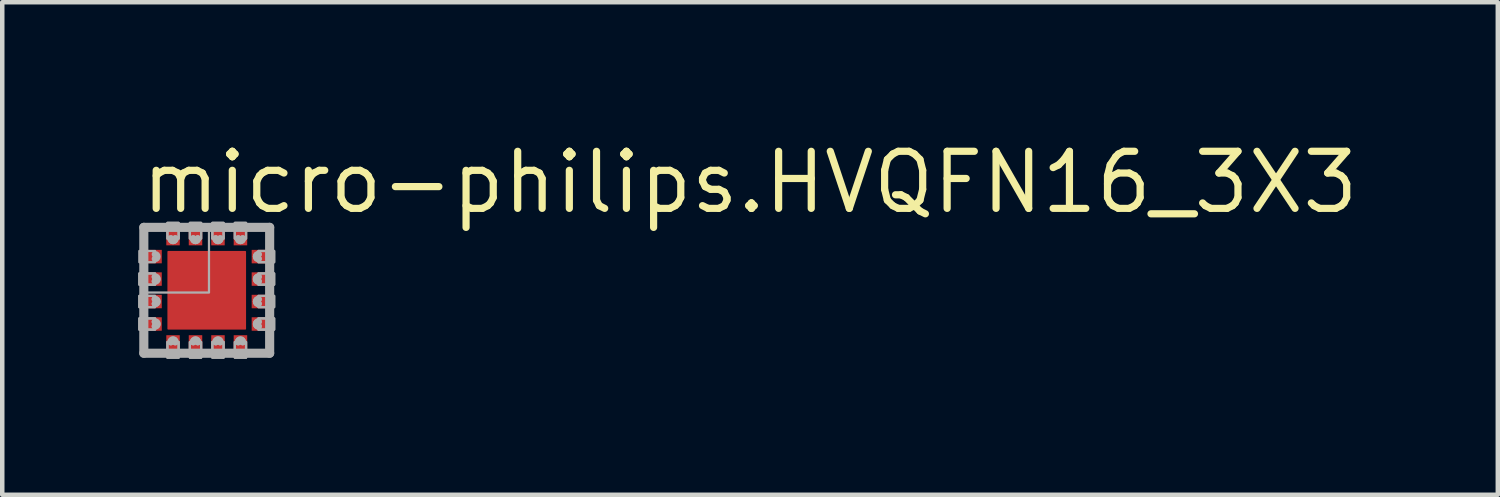
<source format=kicad_pcb>
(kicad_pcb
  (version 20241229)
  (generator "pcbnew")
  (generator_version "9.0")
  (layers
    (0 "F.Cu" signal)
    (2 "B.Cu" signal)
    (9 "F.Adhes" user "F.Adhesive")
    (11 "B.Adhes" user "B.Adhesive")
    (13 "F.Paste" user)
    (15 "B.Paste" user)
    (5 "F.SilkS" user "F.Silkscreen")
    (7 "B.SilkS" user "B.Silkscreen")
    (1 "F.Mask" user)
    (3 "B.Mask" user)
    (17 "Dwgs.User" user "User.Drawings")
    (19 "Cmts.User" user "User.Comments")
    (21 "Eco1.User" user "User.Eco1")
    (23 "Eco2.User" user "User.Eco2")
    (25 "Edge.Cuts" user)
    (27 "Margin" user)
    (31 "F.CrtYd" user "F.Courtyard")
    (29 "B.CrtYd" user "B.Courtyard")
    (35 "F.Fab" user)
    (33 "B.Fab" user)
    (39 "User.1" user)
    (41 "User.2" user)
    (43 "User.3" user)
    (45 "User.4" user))
  (footprint "micro-philips.HVQFN16_3X3"
    (layer "F.Cu")
    (at 1.55 3.409)
    (property "Reference" "micro-philips.HVQFN16_3X3" (at -1.532 -1.659 0) (layer "F.SilkS") (effects (font (size 1.27 1.27) (thickness 0.16)) (justify left bottom)))
    (attr smd)
    (fp_rect (start -1.525 -0.575) (end -1.15 -0.925) (stroke (width 0.05) (type default)) (fill yes) (layer "F.Mask"))
    (fp_rect (start -1.525 -0.075) (end -1.15 -0.425) (stroke (width 0.05) (type default)) (fill yes) (layer "F.Mask"))
    (fp_rect (start -1.525 0.425) (end -1.15 0.075) (stroke (width 0.05) (type default)) (fill yes) (layer "F.Mask"))
    (fp_rect (start -1.525 0.925) (end -1.15 0.575) (stroke (width 0.05) (type default)) (fill yes) (layer "F.Mask"))
    (fp_rect (start -0.925 -1.15) (end -0.575 -1.525) (stroke (width 0.05) (type default)) (fill yes) (layer "F.Mask"))
    (fp_rect (start -0.925 1.525) (end -0.575 1.15) (stroke (width 0.05) (type default)) (fill yes) (layer "F.Mask"))
    (fp_rect (start -0.9 0.9) (end 0.9 -0.9) (stroke (width 0.05) (type default)) (fill yes) (layer "F.Mask"))
    (fp_rect (start -0.425 -1.15) (end -0.075 -1.525) (stroke (width 0.05) (type default)) (fill yes) (layer "F.Mask"))
    (fp_rect (start -0.425 1.525) (end -0.075 1.15) (stroke (width 0.05) (type default)) (fill yes) (layer "F.Mask"))
    (fp_rect (start 0.075 -1.15) (end 0.425 -1.525) (stroke (width 0.05) (type default)) (fill yes) (layer "F.Mask"))
    (fp_rect (start 0.075 1.525) (end 0.425 1.15) (stroke (width 0.05) (type default)) (fill yes) (layer "F.Mask"))
    (fp_rect (start 0.575 -1.15) (end 0.925 -1.525) (stroke (width 0.05) (type default)) (fill yes) (layer "F.Mask"))
    (fp_rect (start 0.575 1.525) (end 0.925 1.15) (stroke (width 0.05) (type default)) (fill yes) (layer "F.Mask"))
    (fp_rect (start 1.15 -0.575) (end 1.525 -0.925) (stroke (width 0.05) (type default)) (fill yes) (layer "F.Mask"))
    (fp_rect (start 1.15 -0.075) (end 1.525 -0.425) (stroke (width 0.05) (type default)) (fill yes) (layer "F.Mask"))
    (fp_rect (start 1.15 0.425) (end 1.525 0.075) (stroke (width 0.05) (type default)) (fill yes) (layer "F.Mask"))
    (fp_rect (start 1.15 0.925) (end 1.525 0.575) (stroke (width 0.05) (type default)) (fill yes) (layer "F.Mask"))
    (fp_circle (center -1.15 -0.75) (end -0.975 -0.75) (stroke (width 0.1) (type default)) (fill no) (layer "F.Mask"))
    (fp_circle (center -1.15 -0.25) (end -0.975 -0.25) (stroke (width 0.1) (type default)) (fill no) (layer "F.Mask"))
    (fp_circle (center -1.15 0.25) (end -0.975 0.25) (stroke (width 0.1) (type default)) (fill no) (layer "F.Mask"))
    (fp_circle (center -1.15 0.75) (end -0.975 0.75) (stroke (width 0.1) (type default)) (fill no) (layer "F.Mask"))
    (fp_circle (center -0.75 -1.15) (end -0.575 -1.15) (stroke (width 0.1) (type default)) (fill no) (layer "F.Mask"))
    (fp_circle (center -0.75 1.15) (end -0.575 1.15) (stroke (width 0.1) (type default)) (fill no) (layer "F.Mask"))
    (fp_circle (center -0.25 -1.15) (end -0.075 -1.15) (stroke (width 0.1) (type default)) (fill no) (layer "F.Mask"))
    (fp_circle (center -0.25 1.15) (end -0.075 1.15) (stroke (width 0.1) (type default)) (fill no) (layer "F.Mask"))
    (fp_circle (center 0.25 -1.15) (end 0.425 -1.15) (stroke (width 0.1) (type default)) (fill no) (layer "F.Mask"))
    (fp_circle (center 0.25 1.15) (end 0.425 1.15) (stroke (width 0.1) (type default)) (fill no) (layer "F.Mask"))
    (fp_circle (center 0.75 -1.15) (end 0.925 -1.15) (stroke (width 0.1) (type default)) (fill no) (layer "F.Mask"))
    (fp_circle (center 0.75 1.15) (end 0.925 1.15) (stroke (width 0.1) (type default)) (fill no) (layer "F.Mask"))
    (fp_circle (center 1.15 -0.75) (end 1.325 -0.75) (stroke (width 0.1) (type default)) (fill no) (layer "F.Mask"))
    (fp_circle (center 1.15 -0.25) (end 1.325 -0.25) (stroke (width 0.1) (type default)) (fill no) (layer "F.Mask"))
    (fp_circle (center 1.15 0.25) (end 1.325 0.25) (stroke (width 0.1) (type default)) (fill no) (layer "F.Mask"))
    (fp_circle (center 1.15 0.75) (end 1.325 0.75) (stroke (width 0.1) (type default)) (fill no) (layer "F.Mask"))
    (fp_rect (start -1.475 -0.625) (end -1.15 -0.875) (stroke (width 0.05) (type default)) (fill yes) (layer "F.Paste"))
    (fp_rect (start -1.475 -0.125) (end -1.15 -0.375) (stroke (width 0.05) (type default)) (fill yes) (layer "F.Paste"))
    (fp_rect (start -1.475 0.375) (end -1.15 0.125) (stroke (width 0.05) (type default)) (fill yes) (layer "F.Paste"))
    (fp_rect (start -1.475 0.875) (end -1.15 0.625) (stroke (width 0.05) (type default)) (fill yes) (layer "F.Paste"))
    (fp_rect (start -0.875 -1.15) (end -0.625 -1.475) (stroke (width 0.05) (type default)) (fill yes) (layer "F.Paste"))
    (fp_rect (start -0.875 1.475) (end -0.625 1.15) (stroke (width 0.05) (type default)) (fill yes) (layer "F.Paste"))
    (fp_rect (start -0.825 0.825) (end 0.825 -0.825) (stroke (width 0.05) (type default)) (fill yes) (layer "F.Paste"))
    (fp_rect (start -0.375 -1.15) (end -0.125 -1.475) (stroke (width 0.05) (type default)) (fill yes) (layer "F.Paste"))
    (fp_rect (start -0.375 1.475) (end -0.125 1.15) (stroke (width 0.05) (type default)) (fill yes) (layer "F.Paste"))
    (fp_rect (start 0.125 -1.15) (end 0.375 -1.475) (stroke (width 0.05) (type default)) (fill yes) (layer "F.Paste"))
    (fp_rect (start 0.125 1.475) (end 0.375 1.15) (stroke (width 0.05) (type default)) (fill yes) (layer "F.Paste"))
    (fp_rect (start 0.625 -1.15) (end 0.875 -1.475) (stroke (width 0.05) (type default)) (fill yes) (layer "F.Paste"))
    (fp_rect (start 0.625 1.475) (end 0.875 1.15) (stroke (width 0.05) (type default)) (fill yes) (layer "F.Paste"))
    (fp_rect (start 1.15 -0.625) (end 1.475 -0.875) (stroke (width 0.05) (type default)) (fill yes) (layer "F.Paste"))
    (fp_rect (start 1.15 -0.125) (end 1.475 -0.375) (stroke (width 0.05) (type default)) (fill yes) (layer "F.Paste"))
    (fp_rect (start 1.15 0.375) (end 1.475 0.125) (stroke (width 0.05) (type default)) (fill yes) (layer "F.Paste"))
    (fp_rect (start 1.15 0.875) (end 1.475 0.625) (stroke (width 0.05) (type default)) (fill yes) (layer "F.Paste"))
    (fp_circle (center -1.15 -0.75) (end -1.025 -0.75) (stroke (width 0.1) (type default)) (fill no) (layer "F.Paste"))
    (fp_circle (center -1.15 -0.25) (end -1.025 -0.25) (stroke (width 0.1) (type default)) (fill no) (layer "F.Paste"))
    (fp_circle (center -1.15 0.25) (end -1.025 0.25) (stroke (width 0.1) (type default)) (fill no) (layer "F.Paste"))
    (fp_circle (center -1.15 0.75) (end -1.025 0.75) (stroke (width 0.1) (type default)) (fill no) (layer "F.Paste"))
    (fp_circle (center -0.75 -1.15) (end -0.625 -1.15) (stroke (width 0.1) (type default)) (fill no) (layer "F.Paste"))
    (fp_circle (center -0.75 1.15) (end -0.625 1.15) (stroke (width 0.1) (type default)) (fill no) (layer "F.Paste"))
    (fp_circle (center -0.25 -1.15) (end -0.125 -1.15) (stroke (width 0.1) (type default)) (fill no) (layer "F.Paste"))
    (fp_circle (center -0.25 1.15) (end -0.125 1.15) (stroke (width 0.1) (type default)) (fill no) (layer "F.Paste"))
    (fp_circle (center 0.25 -1.15) (end 0.375 -1.15) (stroke (width 0.1) (type default)) (fill no) (layer "F.Paste"))
    (fp_circle (center 0.25 1.15) (end 0.375 1.15) (stroke (width 0.1) (type default)) (fill no) (layer "F.Paste"))
    (fp_circle (center 0.75 -1.15) (end 0.875 -1.15) (stroke (width 0.1) (type default)) (fill no) (layer "F.Paste"))
    (fp_circle (center 0.75 1.15) (end 0.875 1.15) (stroke (width 0.1) (type default)) (fill no) (layer "F.Paste"))
    (fp_circle (center 1.15 -0.75) (end 1.275 -0.75) (stroke (width 0.1) (type default)) (fill no) (layer "F.Paste"))
    (fp_circle (center 1.15 -0.25) (end 1.275 -0.25) (stroke (width 0.1) (type default)) (fill no) (layer "F.Paste"))
    (fp_circle (center 1.15 0.25) (end 1.275 0.25) (stroke (width 0.1) (type default)) (fill no) (layer "F.Paste"))
    (fp_circle (center 1.15 0.75) (end 1.275 0.75) (stroke (width 0.1) (type default)) (fill no) (layer "F.Paste"))
    (fp_line (start -1.4 -1.4) (end 1.4 -1.4) (stroke (width 0.203) (type default)) (layer "F.Fab"))
    (fp_line (start -1.4 1.4) (end -1.4 -1.4) (stroke (width 0.203) (type default)) (layer "F.Fab"))
    (fp_line (start 1.4 -1.4) (end 1.4 1.4) (stroke (width 0.203) (type default)) (layer "F.Fab"))
    (fp_line (start 1.4 1.4) (end -1.4 1.4) (stroke (width 0.203) (type default)) (layer "F.Fab"))
    (fp_rect (start -1.5 -0.625) (end -1.15 -0.875) (stroke (width 0.05) (type default)) (fill no) (layer "F.Fab"))
    (fp_rect (start -1.5 -0.125) (end -1.15 -0.375) (stroke (width 0.05) (type default)) (fill no) (layer "F.Fab"))
    (fp_rect (start -1.5 -0.125) (end -1.15 -0.375) (stroke (width 0.05) (type default)) (fill no) (layer "F.Fab"))
    (fp_rect (start -1.5 0.375) (end -1.15 0.125) (stroke (width 0.05) (type default)) (fill no) (layer "F.Fab"))
    (fp_rect (start -1.5 0.375) (end -1.15 0.125) (stroke (width 0.05) (type default)) (fill no) (layer "F.Fab"))
    (fp_rect (start -1.5 0.875) (end -1.15 0.625) (stroke (width 0.05) (type default)) (fill no) (layer "F.Fab"))
    (fp_rect (start -1.5 0.875) (end -1.15 0.625) (stroke (width 0.05) (type default)) (fill no) (layer "F.Fab"))
    (fp_rect (start -1.35 0.05) (end 0.05 -1.35) (stroke (width 0.05) (type default)) (fill no) (layer "F.Fab"))
    (fp_rect (start -0.875 -1.15) (end -0.625 -1.5) (stroke (width 0.05) (type default)) (fill no) (layer "F.Fab"))
    (fp_rect (start -0.875 -1.15) (end -0.625 -1.5) (stroke (width 0.05) (type default)) (fill no) (layer "F.Fab"))
    (fp_rect (start -0.875 1.5) (end -0.625 1.15) (stroke (width 0.05) (type default)) (fill no) (layer "F.Fab"))
    (fp_rect (start -0.875 1.5) (end -0.625 1.15) (stroke (width 0.05) (type default)) (fill no) (layer "F.Fab"))
    (fp_rect (start -0.375 -1.15) (end -0.125 -1.5) (stroke (width 0.05) (type default)) (fill no) (layer "F.Fab"))
    (fp_rect (start -0.375 -1.15) (end -0.125 -1.5) (stroke (width 0.05) (type default)) (fill no) (layer "F.Fab"))
    (fp_rect (start -0.375 1.5) (end -0.125 1.15) (stroke (width 0.05) (type default)) (fill no) (layer "F.Fab"))
    (fp_rect (start -0.375 1.5) (end -0.125 1.15) (stroke (width 0.05) (type default)) (fill no) (layer "F.Fab"))
    (fp_rect (start 0.125 -1.15) (end 0.375 -1.5) (stroke (width 0.05) (type default)) (fill no) (layer "F.Fab"))
    (fp_rect (start 0.125 -1.15) (end 0.375 -1.5) (stroke (width 0.05) (type default)) (fill no) (layer "F.Fab"))
    (fp_rect (start 0.125 1.5) (end 0.375 1.15) (stroke (width 0.05) (type default)) (fill no) (layer "F.Fab"))
    (fp_rect (start 0.125 1.5) (end 0.375 1.15) (stroke (width 0.05) (type default)) (fill no) (layer "F.Fab"))
    (fp_rect (start 0.625 -1.15) (end 0.875 -1.5) (stroke (width 0.05) (type default)) (fill no) (layer "F.Fab"))
    (fp_rect (start 0.625 -1.15) (end 0.875 -1.5) (stroke (width 0.05) (type default)) (fill no) (layer "F.Fab"))
    (fp_rect (start 0.625 1.5) (end 0.875 1.15) (stroke (width 0.05) (type default)) (fill no) (layer "F.Fab"))
    (fp_rect (start 0.625 1.5) (end 0.875 1.15) (stroke (width 0.05) (type default)) (fill no) (layer "F.Fab"))
    (fp_rect (start 1.15 -0.625) (end 1.5 -0.875) (stroke (width 0.05) (type default)) (fill no) (layer "F.Fab"))
    (fp_rect (start 1.15 -0.625) (end 1.5 -0.875) (stroke (width 0.05) (type default)) (fill no) (layer "F.Fab"))
    (fp_rect (start 1.15 -0.125) (end 1.5 -0.375) (stroke (width 0.05) (type default)) (fill no) (layer "F.Fab"))
    (fp_rect (start 1.15 -0.125) (end 1.5 -0.375) (stroke (width 0.05) (type default)) (fill no) (layer "F.Fab"))
    (fp_rect (start 1.15 0.375) (end 1.5 0.125) (stroke (width 0.05) (type default)) (fill no) (layer "F.Fab"))
    (fp_rect (start 1.15 0.375) (end 1.5 0.125) (stroke (width 0.05) (type default)) (fill no) (layer "F.Fab"))
    (fp_rect (start 1.15 0.875) (end 1.5 0.625) (stroke (width 0.05) (type default)) (fill no) (layer "F.Fab"))
    (fp_rect (start 1.15 0.875) (end 1.5 0.625) (stroke (width 0.05) (type default)) (fill no) (layer "F.Fab"))
    (fp_arc (start -1.15 -0.8) (mid -1.1 -0.75) (end -1.15 -0.7) (stroke (width 0.15) (type default)) (layer "F.Fab"))
    (fp_arc (start -1.15 -0.3) (mid -1.1 -0.25) (end -1.15 -0.2) (stroke (width 0.15) (type default)) (layer "F.Fab"))
    (fp_arc (start -1.15 -0.3) (mid -1.1 -0.25) (end -1.15 -0.2) (stroke (width 0.15) (type default)) (layer "F.Fab"))
    (fp_arc (start -1.15 0.2) (mid -1.1 0.25) (end -1.15 0.3) (stroke (width 0.15) (type default)) (layer "F.Fab"))
    (fp_arc (start -1.15 0.2) (mid -1.1 0.25) (end -1.15 0.3) (stroke (width 0.15) (type default)) (layer "F.Fab"))
    (fp_arc (start -1.15 0.7) (mid -1.1 0.75) (end -1.15 0.8) (stroke (width 0.15) (type default)) (layer "F.Fab"))
    (fp_arc (start -1.15 0.7) (mid -1.1 0.75) (end -1.15 0.8) (stroke (width 0.15) (type default)) (layer "F.Fab"))
    (fp_arc (start -0.8 1.15) (mid -0.75 1.1) (end -0.7 1.15) (stroke (width 0.15) (type default)) (layer "F.Fab"))
    (fp_arc (start -0.8 1.15) (mid -0.75 1.1) (end -0.7 1.15) (stroke (width 0.15) (type default)) (layer "F.Fab"))
    (fp_arc (start -0.7 -1.15) (mid -0.75 -1.1) (end -0.8 -1.15) (stroke (width 0.15) (type default)) (layer "F.Fab"))
    (fp_arc (start -0.7 -1.15) (mid -0.75 -1.1) (end -0.8 -1.15) (stroke (width 0.15) (type default)) (layer "F.Fab"))
    (fp_arc (start -0.3 1.15) (mid -0.25 1.1) (end -0.2 1.15) (stroke (width 0.15) (type default)) (layer "F.Fab"))
    (fp_arc (start -0.3 1.15) (mid -0.25 1.1) (end -0.2 1.15) (stroke (width 0.15) (type default)) (layer "F.Fab"))
    (fp_arc (start -0.2 -1.15) (mid -0.25 -1.1) (end -0.3 -1.15) (stroke (width 0.15) (type default)) (layer "F.Fab"))
    (fp_arc (start -0.2 -1.15) (mid -0.25 -1.1) (end -0.3 -1.15) (stroke (width 0.15) (type default)) (layer "F.Fab"))
    (fp_arc (start 0.2 1.15) (mid 0.25 1.1) (end 0.3 1.15) (stroke (width 0.15) (type default)) (layer "F.Fab"))
    (fp_arc (start 0.2 1.15) (mid 0.25 1.1) (end 0.3 1.15) (stroke (width 0.15) (type default)) (layer "F.Fab"))
    (fp_arc (start 0.3 -1.15) (mid 0.25 -1.1) (end 0.2 -1.15) (stroke (width 0.15) (type default)) (layer "F.Fab"))
    (fp_arc (start 0.3 -1.15) (mid 0.25 -1.1) (end 0.2 -1.15) (stroke (width 0.15) (type default)) (layer "F.Fab"))
    (fp_arc (start 0.7 1.15) (mid 0.75 1.1) (end 0.8 1.15) (stroke (width 0.15) (type default)) (layer "F.Fab"))
    (fp_arc (start 0.7 1.15) (mid 0.75 1.1) (end 0.8 1.15) (stroke (width 0.15) (type default)) (layer "F.Fab"))
    (fp_arc (start 0.8 -1.15) (mid 0.75 -1.1) (end 0.7 -1.15) (stroke (width 0.15) (type default)) (layer "F.Fab"))
    (fp_arc (start 0.8 -1.15) (mid 0.75 -1.1) (end 0.7 -1.15) (stroke (width 0.15) (type default)) (layer "F.Fab"))
    (fp_arc (start 1.15 -0.7) (mid 1.1 -0.75) (end 1.15 -0.8) (stroke (width 0.15) (type default)) (layer "F.Fab"))
    (fp_arc (start 1.15 -0.7) (mid 1.1 -0.75) (end 1.15 -0.8) (stroke (width 0.15) (type default)) (layer "F.Fab"))
    (fp_arc (start 1.15 -0.2) (mid 1.1 -0.25) (end 1.15 -0.3) (stroke (width 0.15) (type default)) (layer "F.Fab"))
    (fp_arc (start 1.15 -0.2) (mid 1.1 -0.25) (end 1.15 -0.3) (stroke (width 0.15) (type default)) (layer "F.Fab"))
    (fp_arc (start 1.15 0.3) (mid 1.1 0.25) (end 1.15 0.2) (stroke (width 0.15) (type default)) (layer "F.Fab"))
    (fp_arc (start 1.15 0.3) (mid 1.1 0.25) (end 1.15 0.2) (stroke (width 0.15) (type default)) (layer "F.Fab"))
    (fp_arc (start 1.15 0.8) (mid 1.1 0.75) (end 1.15 0.7) (stroke (width 0.15) (type default)) (layer "F.Fab"))
    (fp_arc (start 1.15 0.8) (mid 1.1 0.75) (end 1.15 0.7) (stroke (width 0.15) (type default)) (layer "F.Fab"))
    (pad "1" smd roundrect (at -1.25 -0.75 90) (size 0.3 0.5) (layers "F.Cu" "F.Mask" "F.Paste") (roundrect_rratio 0.01))
    (pad "2" smd roundrect (at -1.25 -0.25 90) (size 0.3 0.5) (layers "F.Cu" "F.Mask" "F.Paste") (roundrect_rratio 0.01))
    (pad "3" smd roundrect (at -1.25 0.25 90) (size 0.3 0.5) (layers "F.Cu" "F.Mask" "F.Paste") (roundrect_rratio 0.01))
    (pad "4" smd roundrect (at -1.25 0.75 90) (size 0.3 0.5) (layers "F.Cu" "F.Mask" "F.Paste") (roundrect_rratio 0.01))
    (pad "5" smd roundrect (at -0.75 1.25 180) (size 0.3 0.5) (layers "F.Cu" "F.Mask" "F.Paste") (roundrect_rratio 0.01))
    (pad "6" smd roundrect (at -0.25 1.25 180) (size 0.3 0.5) (layers "F.Cu" "F.Mask" "F.Paste") (roundrect_rratio 0.01))
    (pad "7" smd roundrect (at 0.25 1.25 180) (size 0.3 0.5) (layers "F.Cu" "F.Mask" "F.Paste") (roundrect_rratio 0.01))
    (pad "8" smd roundrect (at 0.75 1.25 180) (size 0.3 0.5) (layers "F.Cu" "F.Mask" "F.Paste") (roundrect_rratio 0.01))
    (pad "9" smd roundrect (at 1.25 0.75 270) (size 0.3 0.5) (layers "F.Cu" "F.Mask" "F.Paste") (roundrect_rratio 0.01))
    (pad "10" smd roundrect (at 1.25 0.25 270) (size 0.3 0.5) (layers "F.Cu" "F.Mask" "F.Paste") (roundrect_rratio 0.01))
    (pad "11" smd roundrect (at 1.25 -0.25 270) (size 0.3 0.5) (layers "F.Cu" "F.Mask" "F.Paste") (roundrect_rratio 0.01))
    (pad "12" smd roundrect (at 1.25 -0.75 270) (size 0.3 0.5) (layers "F.Cu" "F.Mask" "F.Paste") (roundrect_rratio 0.01))
    (pad "13" smd roundrect (at 0.75 -1.25) (size 0.3 0.5) (layers "F.Cu" "F.Mask" "F.Paste") (roundrect_rratio 0.01))
    (pad "14" smd roundrect (at 0.25 -1.25) (size 0.3 0.5) (layers "F.Cu" "F.Mask" "F.Paste") (roundrect_rratio 0.01))
    (pad "15" smd roundrect (at -0.25 -1.25) (size 0.3 0.5) (layers "F.Cu" "F.Mask" "F.Paste") (roundrect_rratio 0.01))
    (pad "16" smd roundrect (at -0.75 -1.25) (size 0.3 0.5) (layers "F.Cu" "F.Mask" "F.Paste") (roundrect_rratio 0.01))
    (pad "TH" smd roundrect (at 0 0) (size 1.75 1.75) (layers "F.Cu" "F.Mask" "F.Paste") (roundrect_rratio 0.01)))
  (gr_rect
    (start -3 -3)
    (end 30.277 7.959)
    (stroke (width 0.1) (type default))
    (fill no)
    (layer "Edge.Cuts")))
</source>
